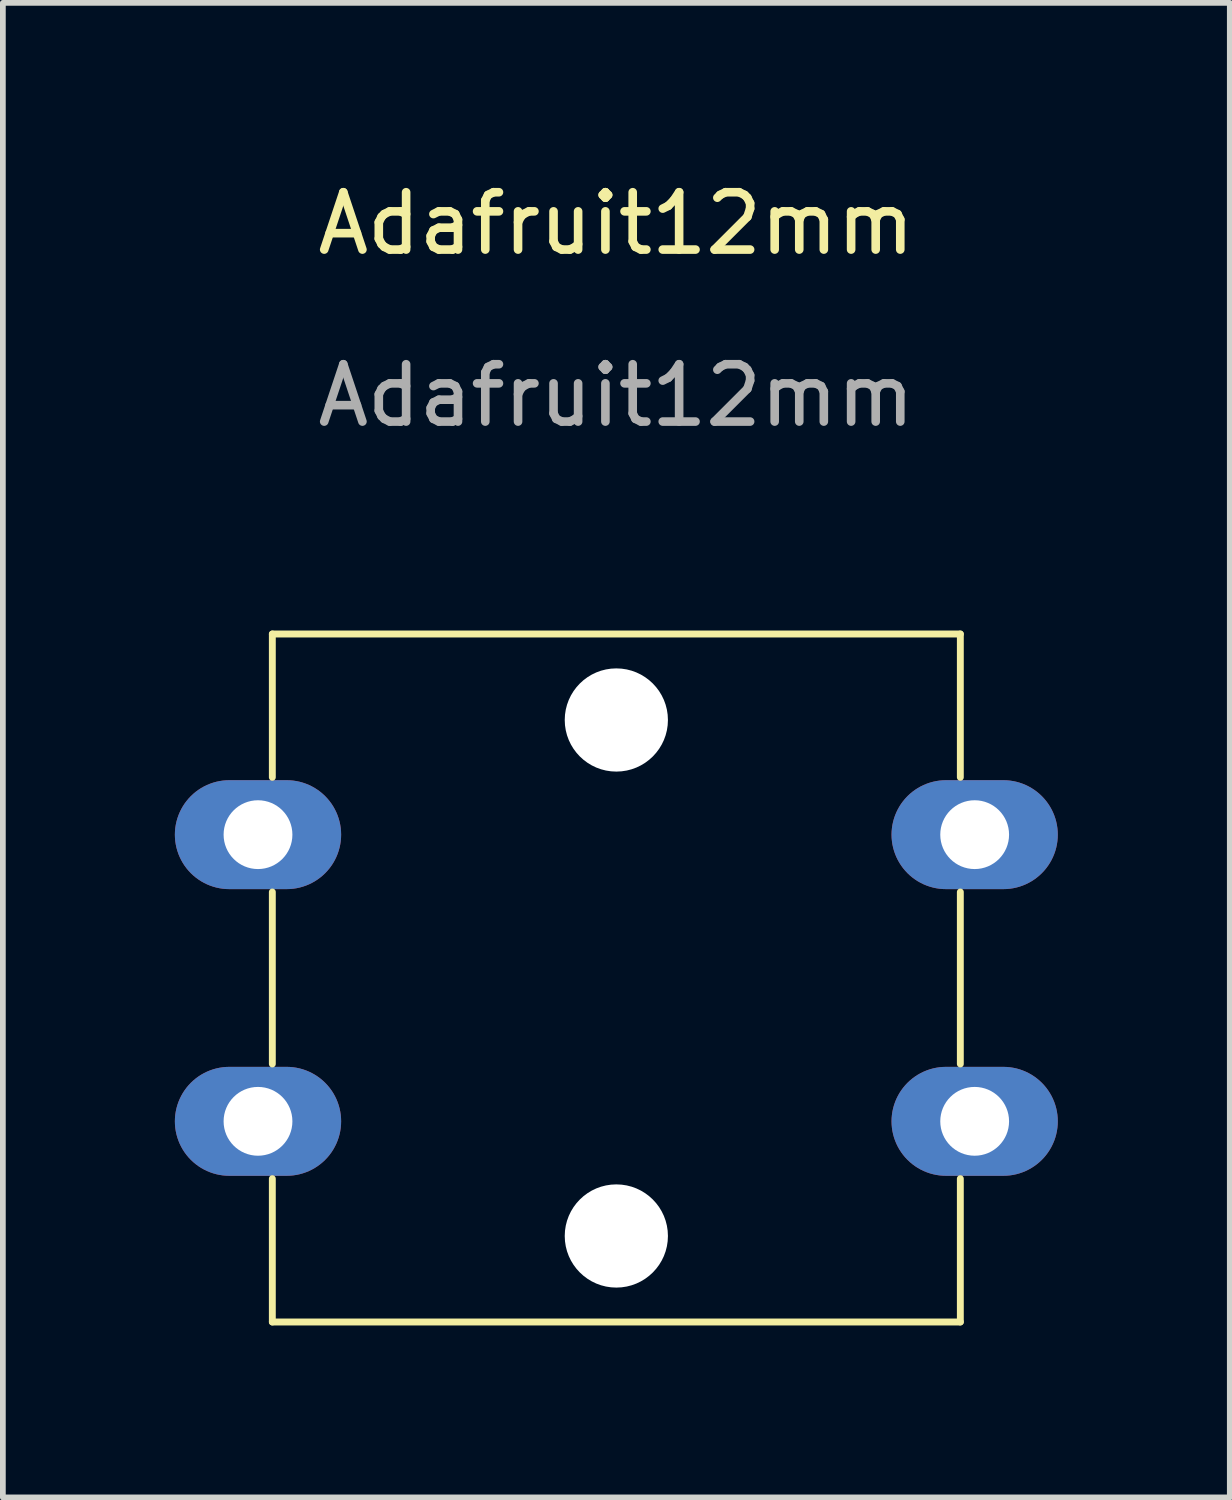
<source format=kicad_pcb>
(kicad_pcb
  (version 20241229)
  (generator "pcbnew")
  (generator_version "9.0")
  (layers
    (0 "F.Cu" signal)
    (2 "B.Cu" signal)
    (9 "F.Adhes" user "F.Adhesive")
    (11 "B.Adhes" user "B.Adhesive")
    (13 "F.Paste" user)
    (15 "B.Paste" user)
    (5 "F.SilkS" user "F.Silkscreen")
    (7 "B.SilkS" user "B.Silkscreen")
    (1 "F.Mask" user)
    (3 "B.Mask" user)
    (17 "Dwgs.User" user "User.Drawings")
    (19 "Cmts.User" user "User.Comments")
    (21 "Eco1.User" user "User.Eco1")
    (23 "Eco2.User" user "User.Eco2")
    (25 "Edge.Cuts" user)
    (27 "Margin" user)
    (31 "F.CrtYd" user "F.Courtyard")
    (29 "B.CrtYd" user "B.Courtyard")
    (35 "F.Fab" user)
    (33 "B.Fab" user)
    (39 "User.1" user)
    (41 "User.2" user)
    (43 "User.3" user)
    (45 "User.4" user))
  (footprint "Adafruit12mm"
    (layer "F.Cu")
    (at 7.7 14.008)
    (property "Reference" "Adafruit12mm" (at 0 -13.16 0) (unlocked yes) (layer "F.SilkS") (effects (font (size 1 1) (thickness 0.15))))
    (attr through_hole)
    (fp_line (start -6 -6) (end -6 -3.5) (stroke (width 0.12) (type solid)) (layer "F.SilkS"))
    (fp_line (start -6 -1.5) (end -6 1.5) (stroke (width 0.12) (type solid)) (layer "F.SilkS"))
    (fp_line (start -6 6) (end -6 3.5) (stroke (width 0.12) (type solid)) (layer "F.SilkS"))
    (fp_line (start 6 -6) (end -6 -6) (stroke (width 0.12) (type solid)) (layer "F.SilkS"))
    (fp_line (start 6 -3.5) (end 6 -6) (stroke (width 0.12) (type solid)) (layer "F.SilkS"))
    (fp_line (start 6 1.5) (end 6 -1.5) (stroke (width 0.12) (type solid)) (layer "F.SilkS"))
    (fp_line (start 6 3.5) (end 6 6) (stroke (width 0.12) (type solid)) (layer "F.SilkS"))
    (fp_line (start 6 6) (end -6 6) (stroke (width 0.12) (type solid)) (layer "F.SilkS"))
    (fp_text user "${REFERENCE}" (at 0 -10.16 0) (unlocked yes) (layer "F.Fab") (effects (font (size 1 1) (thickness 0.15))))
    (pad "" np_thru_hole circle (at 0 -4.5) (size 1.8 1.8) (drill 1.8) (layers "*.Cu" "*.Mask"))
    (pad "" np_thru_hole circle (at 0 4.5) (size 1.8 1.8) (drill 1.8) (layers "*.Cu" "*.Mask"))
    (pad "1" thru_hole oval (at -6.25 -2.5) (size 2.9 1.9) (drill 1.2) (layers "*.Cu" "*.Mask"))
    (pad "1" thru_hole oval (at 6.25 -2.5) (size 2.9 1.9) (drill 1.2) (layers "*.Cu" "*.Mask"))
    (pad "2" thru_hole oval (at -6.25 2.5) (size 2.9 1.9) (drill 1.2) (layers "*.Cu" "*.Mask"))
    (pad "2" thru_hole oval (at 6.25 2.5) (size 2.9 1.9) (drill 1.2) (layers "*.Cu" "*.Mask")))
  (gr_rect
    (start -3 -3)
    (end 18.4 23.068)
    (stroke (width 0.1) (type default))
    (fill no)
    (layer "Edge.Cuts")))
</source>
